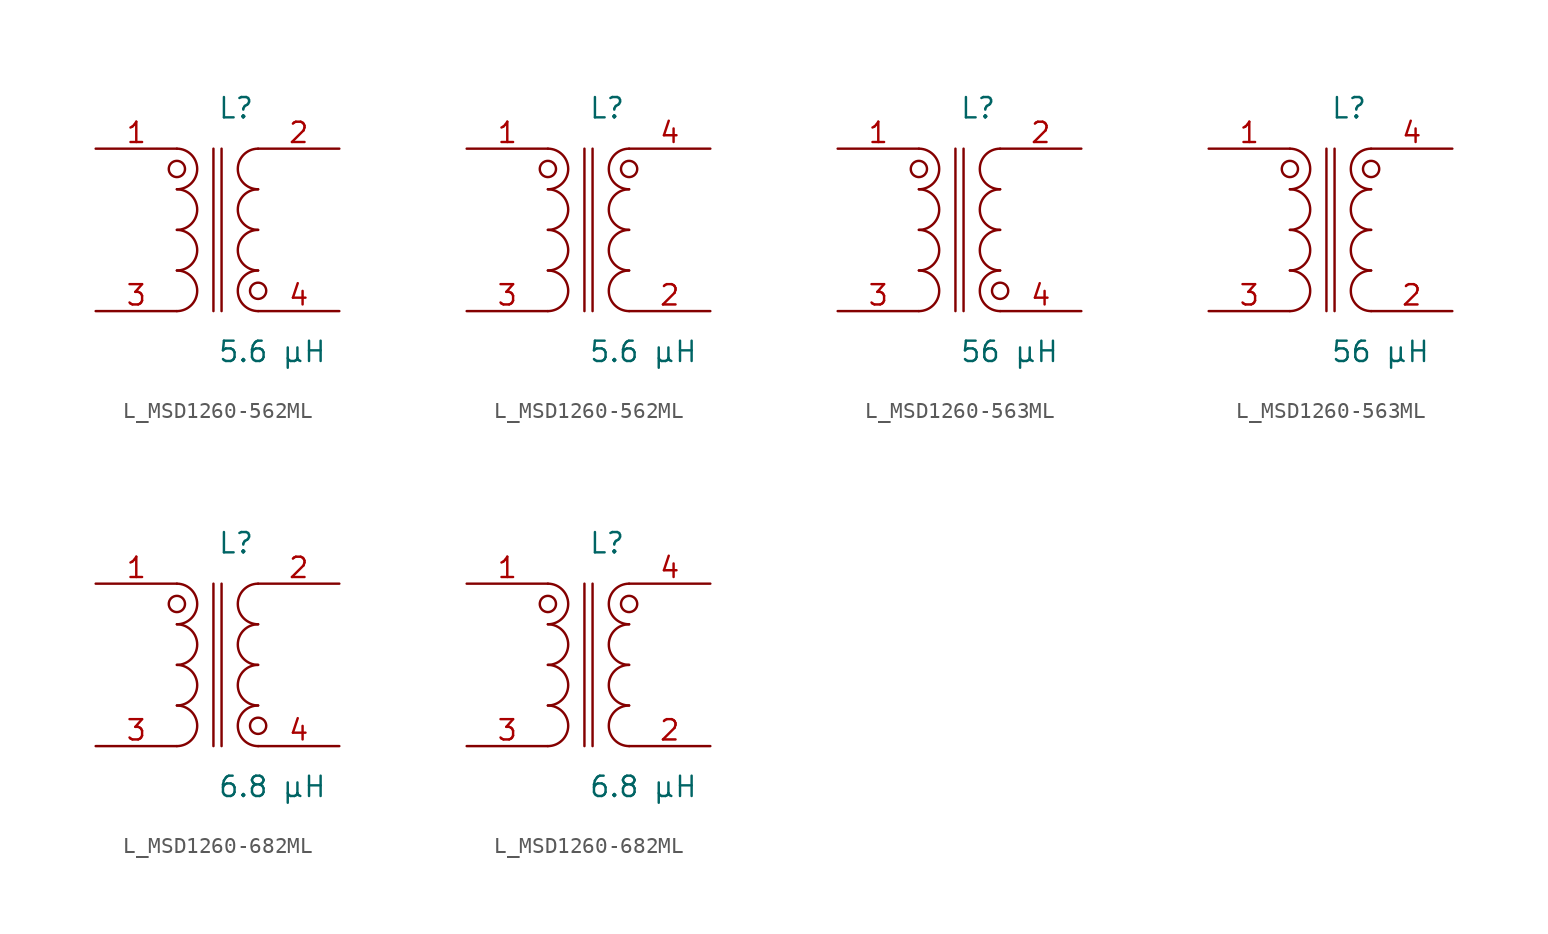
<source format=kicad_sym>
(kicad_symbol_lib
  (version 20231120)
  (generator kicad_symbol_editor)
  (generator_version 8.0)
  (symbol "L_MSD1260-562ML"
    (pin_names
      (offset 0.254))
    (property "Reference" "L"
      (at 0 7.62 0)
      (effects (font (size 1.27 1.27)) (justify left)))
    (property "Value" "5.6 µH"
      (at 0 -7.62 0)
      (effects (font (size 1.27 1.27)) (justify left)))
    (symbol "L_MSD1260-562ML_1_1"
      (arc (start -2.54 -5.08) (mid -1.27 -3.81) (end -2.54 -2.54) (stroke (width 0) (type default)) (fill (type none)))
      (arc (start -2.54 -2.54) (mid -1.27 -1.27) (end -2.54 0.0) (stroke (width 0) (type default)) (fill (type none)))
      (arc (start -2.54 0.0) (mid -1.27 1.27) (end -2.54 2.54) (stroke (width 0) (type default)) (fill (type none)))
      (arc (start -2.54 2.54) (mid -1.27 3.81) (end -2.54 5.08) (stroke (width 0) (type default)) (fill (type none)))
      (arc (start 2.54 -5.08) (mid 1.27 -3.81) (end 2.54 -2.54) (stroke (width 0) (type default)) (fill (type none)))
      (arc (start 2.54 -2.54) (mid 1.27 -1.27) (end 2.54 0.0) (stroke (width 0) (type default)) (fill (type none)))
      (arc (start 2.54 0.0) (mid 1.27 1.27) (end 2.54 2.54) (stroke (width 0) (type default)) (fill (type none)))
      (arc (start 2.54 2.54) (mid 1.27 3.81) (end 2.54 5.08) (stroke (width 0) (type default)) (fill (type none)))
      (circle (center -2.54 3.81) (radius 0.508) (stroke (width 0) (type default)) (fill (type none)))
      (circle (center 2.54 -3.81) (radius 0.508) (stroke (width 0) (type default)) (fill (type none)))
      (polyline (pts (xy -0.254 5.08) (xy -0.254 -5.08)) (stroke (width 0) (type default)) (fill (type none)))
      (polyline (pts (xy 0.254 5.08) (xy 0.254 -5.08)) (stroke (width 0) (type default)) (fill (type none)))
      (pin passive line (at -7.62 5.08 0) (length 5.08) (name "" (effects (font (size 1.27 1.27)))) (number "1" (effects (font (size 1.27 1.27)))))
      (pin passive line (at -7.62 -5.08 0) (length 5.08) (name "" (effects (font (size 1.27 1.27)))) (number "3" (effects (font (size 1.27 1.27)))))
      (pin passive line (at 7.62 5.08 180) (length 5.08) (name "" (effects (font (size 1.27 1.27)))) (number "2" (effects (font (size 1.27 1.27)))))
      (pin passive line (at 7.62 -5.08 180) (length 5.08) (name "" (effects (font (size 1.27 1.27)))) (number "4" (effects (font (size 1.27 1.27))))))
    (symbol "L_MSD1260-562ML_1_2"
      (arc (start -2.54 -5.08) (mid -1.27 -3.81) (end -2.54 -2.54) (stroke (width 0) (type default)) (fill (type none)))
      (arc (start -2.54 -2.54) (mid -1.27 -1.27) (end -2.54 0.0) (stroke (width 0) (type default)) (fill (type none)))
      (arc (start -2.54 0.0) (mid -1.27 1.27) (end -2.54 2.54) (stroke (width 0) (type default)) (fill (type none)))
      (arc (start -2.54 2.54) (mid -1.27 3.81) (end -2.54 5.08) (stroke (width 0) (type default)) (fill (type none)))
      (arc (start 2.54 -5.08) (mid 1.27 -3.81) (end 2.54 -2.54) (stroke (width 0) (type default)) (fill (type none)))
      (arc (start 2.54 -2.54) (mid 1.27 -1.27) (end 2.54 0.0) (stroke (width 0) (type default)) (fill (type none)))
      (arc (start 2.54 0.0) (mid 1.27 1.27) (end 2.54 2.54) (stroke (width 0) (type default)) (fill (type none)))
      (arc (start 2.54 2.54) (mid 1.27 3.81) (end 2.54 5.08) (stroke (width 0) (type default)) (fill (type none)))
      (circle (center -2.54 3.81) (radius 0.508) (stroke (width 0) (type default)) (fill (type none)))
      (circle (center 2.54 3.81) (radius 0.508) (stroke (width 0) (type default)) (fill (type none)))
      (polyline (pts (xy -0.254 5.08) (xy -0.254 -5.08)) (stroke (width 0) (type default)) (fill (type none)))
      (polyline (pts (xy 0.254 5.08) (xy 0.254 -5.08)) (stroke (width 0) (type default)) (fill (type none)))
      (pin passive line (at -7.62 5.08 0) (length 5.08) (name "" (effects (font (size 1.27 1.27)))) (number "1" (effects (font (size 1.27 1.27)))))
      (pin passive line (at -7.62 -5.08 0) (length 5.08) (name "" (effects (font (size 1.27 1.27)))) (number "3" (effects (font (size 1.27 1.27)))))
      (pin passive line (at 7.62 -5.08 180) (length 5.08) (name "" (effects (font (size 1.27 1.27)))) (number "2" (effects (font (size 1.27 1.27)))))
      (pin passive line (at 7.62 5.08 180) (length 5.08) (name "" (effects (font (size 1.27 1.27)))) (number "4" (effects (font (size 1.27 1.27)))))))
  (symbol "L_MSD1260-563ML"
    (pin_names
      (offset 0.254))
    (property "Reference" "L"
      (at 0 7.62 0)
      (effects (font (size 1.27 1.27)) (justify left)))
    (property "Value" "56 µH"
      (at 0 -7.62 0)
      (effects (font (size 1.27 1.27)) (justify left)))
    (symbol "L_MSD1260-563ML_1_1"
      (arc (start -2.54 -5.08) (mid -1.27 -3.81) (end -2.54 -2.54) (stroke (width 0) (type default)) (fill (type none)))
      (arc (start -2.54 -2.54) (mid -1.27 -1.27) (end -2.54 0.0) (stroke (width 0) (type default)) (fill (type none)))
      (arc (start -2.54 0.0) (mid -1.27 1.27) (end -2.54 2.54) (stroke (width 0) (type default)) (fill (type none)))
      (arc (start -2.54 2.54) (mid -1.27 3.81) (end -2.54 5.08) (stroke (width 0) (type default)) (fill (type none)))
      (arc (start 2.54 -5.08) (mid 1.27 -3.81) (end 2.54 -2.54) (stroke (width 0) (type default)) (fill (type none)))
      (arc (start 2.54 -2.54) (mid 1.27 -1.27) (end 2.54 0.0) (stroke (width 0) (type default)) (fill (type none)))
      (arc (start 2.54 0.0) (mid 1.27 1.27) (end 2.54 2.54) (stroke (width 0) (type default)) (fill (type none)))
      (arc (start 2.54 2.54) (mid 1.27 3.81) (end 2.54 5.08) (stroke (width 0) (type default)) (fill (type none)))
      (circle (center -2.54 3.81) (radius 0.508) (stroke (width 0) (type default)) (fill (type none)))
      (circle (center 2.54 -3.81) (radius 0.508) (stroke (width 0) (type default)) (fill (type none)))
      (polyline (pts (xy -0.254 5.08) (xy -0.254 -5.08)) (stroke (width 0) (type default)) (fill (type none)))
      (polyline (pts (xy 0.254 5.08) (xy 0.254 -5.08)) (stroke (width 0) (type default)) (fill (type none)))
      (pin passive line (at -7.62 5.08 0) (length 5.08) (name "" (effects (font (size 1.27 1.27)))) (number "1" (effects (font (size 1.27 1.27)))))
      (pin passive line (at -7.62 -5.08 0) (length 5.08) (name "" (effects (font (size 1.27 1.27)))) (number "3" (effects (font (size 1.27 1.27)))))
      (pin passive line (at 7.62 5.08 180) (length 5.08) (name "" (effects (font (size 1.27 1.27)))) (number "2" (effects (font (size 1.27 1.27)))))
      (pin passive line (at 7.62 -5.08 180) (length 5.08) (name "" (effects (font (size 1.27 1.27)))) (number "4" (effects (font (size 1.27 1.27))))))
    (symbol "L_MSD1260-563ML_1_2"
      (arc (start -2.54 -5.08) (mid -1.27 -3.81) (end -2.54 -2.54) (stroke (width 0) (type default)) (fill (type none)))
      (arc (start -2.54 -2.54) (mid -1.27 -1.27) (end -2.54 0.0) (stroke (width 0) (type default)) (fill (type none)))
      (arc (start -2.54 0.0) (mid -1.27 1.27) (end -2.54 2.54) (stroke (width 0) (type default)) (fill (type none)))
      (arc (start -2.54 2.54) (mid -1.27 3.81) (end -2.54 5.08) (stroke (width 0) (type default)) (fill (type none)))
      (arc (start 2.54 -5.08) (mid 1.27 -3.81) (end 2.54 -2.54) (stroke (width 0) (type default)) (fill (type none)))
      (arc (start 2.54 -2.54) (mid 1.27 -1.27) (end 2.54 0.0) (stroke (width 0) (type default)) (fill (type none)))
      (arc (start 2.54 0.0) (mid 1.27 1.27) (end 2.54 2.54) (stroke (width 0) (type default)) (fill (type none)))
      (arc (start 2.54 2.54) (mid 1.27 3.81) (end 2.54 5.08) (stroke (width 0) (type default)) (fill (type none)))
      (circle (center -2.54 3.81) (radius 0.508) (stroke (width 0) (type default)) (fill (type none)))
      (circle (center 2.54 3.81) (radius 0.508) (stroke (width 0) (type default)) (fill (type none)))
      (polyline (pts (xy -0.254 5.08) (xy -0.254 -5.08)) (stroke (width 0) (type default)) (fill (type none)))
      (polyline (pts (xy 0.254 5.08) (xy 0.254 -5.08)) (stroke (width 0) (type default)) (fill (type none)))
      (pin passive line (at -7.62 5.08 0) (length 5.08) (name "" (effects (font (size 1.27 1.27)))) (number "1" (effects (font (size 1.27 1.27)))))
      (pin passive line (at -7.62 -5.08 0) (length 5.08) (name "" (effects (font (size 1.27 1.27)))) (number "3" (effects (font (size 1.27 1.27)))))
      (pin passive line (at 7.62 -5.08 180) (length 5.08) (name "" (effects (font (size 1.27 1.27)))) (number "2" (effects (font (size 1.27 1.27)))))
      (pin passive line (at 7.62 5.08 180) (length 5.08) (name "" (effects (font (size 1.27 1.27)))) (number "4" (effects (font (size 1.27 1.27)))))))
  (symbol "L_MSD1260-682ML"
    (pin_names
      (offset 0.254))
    (property "Reference" "L"
      (at 0 7.62 0)
      (effects (font (size 1.27 1.27)) (justify left)))
    (property "Value" "6.8 µH"
      (at 0 -7.62 0)
      (effects (font (size 1.27 1.27)) (justify left)))
    (symbol "L_MSD1260-682ML_1_1"
      (arc (start -2.54 -5.08) (mid -1.27 -3.81) (end -2.54 -2.54) (stroke (width 0) (type default)) (fill (type none)))
      (arc (start -2.54 -2.54) (mid -1.27 -1.27) (end -2.54 0.0) (stroke (width 0) (type default)) (fill (type none)))
      (arc (start -2.54 0.0) (mid -1.27 1.27) (end -2.54 2.54) (stroke (width 0) (type default)) (fill (type none)))
      (arc (start -2.54 2.54) (mid -1.27 3.81) (end -2.54 5.08) (stroke (width 0) (type default)) (fill (type none)))
      (arc (start 2.54 -5.08) (mid 1.27 -3.81) (end 2.54 -2.54) (stroke (width 0) (type default)) (fill (type none)))
      (arc (start 2.54 -2.54) (mid 1.27 -1.27) (end 2.54 0.0) (stroke (width 0) (type default)) (fill (type none)))
      (arc (start 2.54 0.0) (mid 1.27 1.27) (end 2.54 2.54) (stroke (width 0) (type default)) (fill (type none)))
      (arc (start 2.54 2.54) (mid 1.27 3.81) (end 2.54 5.08) (stroke (width 0) (type default)) (fill (type none)))
      (circle (center -2.54 3.81) (radius 0.508) (stroke (width 0) (type default)) (fill (type none)))
      (circle (center 2.54 -3.81) (radius 0.508) (stroke (width 0) (type default)) (fill (type none)))
      (polyline (pts (xy -0.254 5.08) (xy -0.254 -5.08)) (stroke (width 0) (type default)) (fill (type none)))
      (polyline (pts (xy 0.254 5.08) (xy 0.254 -5.08)) (stroke (width 0) (type default)) (fill (type none)))
      (pin passive line (at -7.62 5.08 0) (length 5.08) (name "" (effects (font (size 1.27 1.27)))) (number "1" (effects (font (size 1.27 1.27)))))
      (pin passive line (at -7.62 -5.08 0) (length 5.08) (name "" (effects (font (size 1.27 1.27)))) (number "3" (effects (font (size 1.27 1.27)))))
      (pin passive line (at 7.62 5.08 180) (length 5.08) (name "" (effects (font (size 1.27 1.27)))) (number "2" (effects (font (size 1.27 1.27)))))
      (pin passive line (at 7.62 -5.08 180) (length 5.08) (name "" (effects (font (size 1.27 1.27)))) (number "4" (effects (font (size 1.27 1.27))))))
    (symbol "L_MSD1260-682ML_1_2"
      (arc (start -2.54 -5.08) (mid -1.27 -3.81) (end -2.54 -2.54) (stroke (width 0) (type default)) (fill (type none)))
      (arc (start -2.54 -2.54) (mid -1.27 -1.27) (end -2.54 0.0) (stroke (width 0) (type default)) (fill (type none)))
      (arc (start -2.54 0.0) (mid -1.27 1.27) (end -2.54 2.54) (stroke (width 0) (type default)) (fill (type none)))
      (arc (start -2.54 2.54) (mid -1.27 3.81) (end -2.54 5.08) (stroke (width 0) (type default)) (fill (type none)))
      (arc (start 2.54 -5.08) (mid 1.27 -3.81) (end 2.54 -2.54) (stroke (width 0) (type default)) (fill (type none)))
      (arc (start 2.54 -2.54) (mid 1.27 -1.27) (end 2.54 0.0) (stroke (width 0) (type default)) (fill (type none)))
      (arc (start 2.54 0.0) (mid 1.27 1.27) (end 2.54 2.54) (stroke (width 0) (type default)) (fill (type none)))
      (arc (start 2.54 2.54) (mid 1.27 3.81) (end 2.54 5.08) (stroke (width 0) (type default)) (fill (type none)))
      (circle (center -2.54 3.81) (radius 0.508) (stroke (width 0) (type default)) (fill (type none)))
      (circle (center 2.54 3.81) (radius 0.508) (stroke (width 0) (type default)) (fill (type none)))
      (polyline (pts (xy -0.254 5.08) (xy -0.254 -5.08)) (stroke (width 0) (type default)) (fill (type none)))
      (polyline (pts (xy 0.254 5.08) (xy 0.254 -5.08)) (stroke (width 0) (type default)) (fill (type none)))
      (pin passive line (at -7.62 5.08 0) (length 5.08) (name "" (effects (font (size 1.27 1.27)))) (number "1" (effects (font (size 1.27 1.27)))))
      (pin passive line (at -7.62 -5.08 0) (length 5.08) (name "" (effects (font (size 1.27 1.27)))) (number "3" (effects (font (size 1.27 1.27)))))
      (pin passive line (at 7.62 -5.08 180) (length 5.08) (name "" (effects (font (size 1.27 1.27)))) (number "2" (effects (font (size 1.27 1.27)))))
      (pin passive line (at 7.62 5.08 180) (length 5.08) (name "" (effects (font (size 1.27 1.27)))) (number "4" (effects (font (size 1.27 1.27))))))))
</source>
